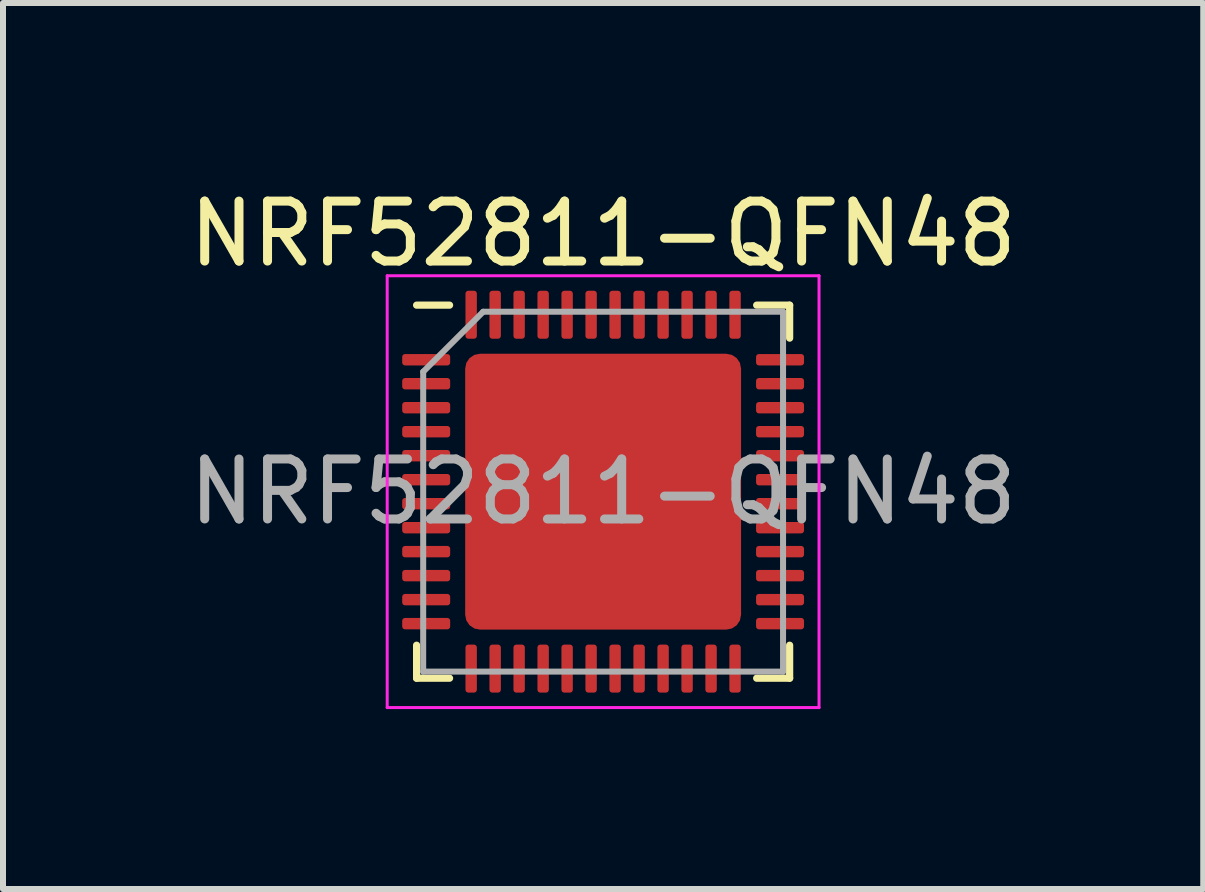
<source format=kicad_pcb>
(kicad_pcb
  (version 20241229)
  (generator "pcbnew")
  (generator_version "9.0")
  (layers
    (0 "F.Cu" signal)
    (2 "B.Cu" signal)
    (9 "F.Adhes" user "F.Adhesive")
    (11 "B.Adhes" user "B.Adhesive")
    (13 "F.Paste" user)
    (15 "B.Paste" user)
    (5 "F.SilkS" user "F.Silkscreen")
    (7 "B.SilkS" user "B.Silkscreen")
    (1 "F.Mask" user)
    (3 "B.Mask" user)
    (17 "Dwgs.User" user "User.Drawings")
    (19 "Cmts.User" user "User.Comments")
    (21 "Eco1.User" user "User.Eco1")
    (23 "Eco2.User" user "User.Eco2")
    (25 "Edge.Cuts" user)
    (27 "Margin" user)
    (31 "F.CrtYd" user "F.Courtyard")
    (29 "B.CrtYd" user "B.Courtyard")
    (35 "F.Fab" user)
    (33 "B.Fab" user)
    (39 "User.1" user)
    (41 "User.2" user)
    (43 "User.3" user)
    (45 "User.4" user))
  (footprint "NRF52811-QFN48"
    (layer "F.Cu")
    (at 7.006 5.148)
    (property "Reference" "NRF52811-QFN48" (at 0 -4.3 0) (layer "F.SilkS") (effects (font (size 1 1) (thickness 0.15))))
    (attr smd)
    (fp_line (start -3.11 3.11) (end -3.11 2.56) (stroke (width 0.12) (type solid)) (layer "F.SilkS"))
    (fp_line (start -2.56 -3.11) (end -3.11 -3.11) (stroke (width 0.12) (type solid)) (layer "F.SilkS"))
    (fp_line (start -2.56 3.11) (end -3.11 3.11) (stroke (width 0.12) (type solid)) (layer "F.SilkS"))
    (fp_line (start 2.56 -3.11) (end 3.11 -3.11) (stroke (width 0.12) (type solid)) (layer "F.SilkS"))
    (fp_line (start 2.56 3.11) (end 3.11 3.11) (stroke (width 0.12) (type solid)) (layer "F.SilkS"))
    (fp_line (start 3.11 -3.11) (end 3.11 -2.56) (stroke (width 0.12) (type solid)) (layer "F.SilkS"))
    (fp_line (start 3.11 3.11) (end 3.11 2.56) (stroke (width 0.12) (type solid)) (layer "F.SilkS"))
    (fp_line (start -3.6 -3.6) (end -3.6 3.6) (stroke (width 0.05) (type solid)) (layer "F.CrtYd"))
    (fp_line (start -3.6 3.6) (end 3.6 3.6) (stroke (width 0.05) (type solid)) (layer "F.CrtYd"))
    (fp_line (start 3.6 -3.6) (end -3.6 -3.6) (stroke (width 0.05) (type solid)) (layer "F.CrtYd"))
    (fp_line (start 3.6 3.6) (end 3.6 -3.6) (stroke (width 0.05) (type solid)) (layer "F.CrtYd"))
    (fp_line (start -3 -2) (end -2 -3) (stroke (width 0.1) (type solid)) (layer "F.Fab"))
    (fp_line (start -3 3) (end -3 -2) (stroke (width 0.1) (type solid)) (layer "F.Fab"))
    (fp_line (start -2 -3) (end 3 -3) (stroke (width 0.1) (type solid)) (layer "F.Fab"))
    (fp_line (start 3 -3) (end 3 3) (stroke (width 0.1) (type solid)) (layer "F.Fab"))
    (fp_line (start 3 3) (end -3 3) (stroke (width 0.1) (type solid)) (layer "F.Fab"))
    (fp_text user "${REFERENCE}" (at 0 0 0) (layer "F.Fab") (effects (font (size 1 1) (thickness 0.15))))
    (pad "" smd roundrect (at -1.53 -1.53) (size 1.24 1.24) (layers "F.Paste") (roundrect_rratio 0.202))
    (pad "" smd roundrect (at -1.53 0) (size 1.24 1.24) (layers "F.Paste") (roundrect_rratio 0.202))
    (pad "" smd roundrect (at -1.53 1.53) (size 1.24 1.24) (layers "F.Paste") (roundrect_rratio 0.202))
    (pad "" smd roundrect (at 0 -1.53) (size 1.24 1.24) (layers "F.Paste") (roundrect_rratio 0.202))
    (pad "" smd roundrect (at 0 0) (size 1.24 1.24) (layers "F.Paste") (roundrect_rratio 0.202))
    (pad "" smd roundrect (at 0 1.53) (size 1.24 1.24) (layers "F.Paste") (roundrect_rratio 0.202))
    (pad "" smd roundrect (at 1.53 -1.53) (size 1.24 1.24) (layers "F.Paste") (roundrect_rratio 0.202))
    (pad "" smd roundrect (at 1.53 0) (size 1.24 1.24) (layers "F.Paste") (roundrect_rratio 0.202))
    (pad "" smd roundrect (at 1.53 1.53) (size 1.24 1.24) (layers "F.Paste") (roundrect_rratio 0.202))
    (pad "1" smd roundrect (at -2.95 -2.2) (size 0.8 0.19) (layers "F.Cu" "F.Mask" "F.Paste") (roundrect_rratio 0.25))
    (pad "2" smd roundrect (at -2.95 -1.8) (size 0.8 0.19) (layers "F.Cu" "F.Mask" "F.Paste") (roundrect_rratio 0.25))
    (pad "3" smd roundrect (at -2.95 -1.4) (size 0.8 0.19) (layers "F.Cu" "F.Mask" "F.Paste") (roundrect_rratio 0.25))
    (pad "4" smd roundrect (at -2.95 -1) (size 0.8 0.19) (layers "F.Cu" "F.Mask" "F.Paste") (roundrect_rratio 0.25))
    (pad "5" smd roundrect (at -2.95 -0.6) (size 0.8 0.19) (layers "F.Cu" "F.Mask" "F.Paste") (roundrect_rratio 0.25))
    (pad "6" smd roundrect (at -2.95 -0.2) (size 0.8 0.19) (layers "F.Cu" "F.Mask" "F.Paste") (roundrect_rratio 0.25))
    (pad "7" smd roundrect (at -2.95 0.2) (size 0.8 0.19) (layers "F.Cu" "F.Mask" "F.Paste") (roundrect_rratio 0.25))
    (pad "8" smd roundrect (at -2.95 0.6) (size 0.8 0.19) (layers "F.Cu" "F.Mask" "F.Paste") (roundrect_rratio 0.25))
    (pad "9" smd roundrect (at -2.95 1) (size 0.8 0.19) (layers "F.Cu" "F.Mask" "F.Paste") (roundrect_rratio 0.25))
    (pad "10" smd roundrect (at -2.95 1.4) (size 0.8 0.19) (layers "F.Cu" "F.Mask" "F.Paste") (roundrect_rratio 0.25))
    (pad "11" smd roundrect (at -2.95 1.8) (size 0.8 0.19) (layers "F.Cu" "F.Mask" "F.Paste") (roundrect_rratio 0.25))
    (pad "12" smd roundrect (at -2.95 2.2) (size 0.8 0.19) (layers "F.Cu" "F.Mask" "F.Paste") (roundrect_rratio 0.25))
    (pad "13" smd roundrect (at -2.2 2.95) (size 0.19 0.8) (layers "F.Cu" "F.Mask" "F.Paste") (roundrect_rratio 0.25))
    (pad "14" smd roundrect (at -1.8 2.95) (size 0.19 0.8) (layers "F.Cu" "F.Mask" "F.Paste") (roundrect_rratio 0.25))
    (pad "15" smd roundrect (at -1.4 2.95) (size 0.19 0.8) (layers "F.Cu" "F.Mask" "F.Paste") (roundrect_rratio 0.25))
    (pad "16" smd roundrect (at -1 2.95) (size 0.19 0.8) (layers "F.Cu" "F.Mask" "F.Paste") (roundrect_rratio 0.25))
    (pad "17" smd roundrect (at -0.6 2.95) (size 0.19 0.8) (layers "F.Cu" "F.Mask" "F.Paste") (roundrect_rratio 0.25))
    (pad "18" smd roundrect (at -0.2 2.95) (size 0.19 0.8) (layers "F.Cu" "F.Mask" "F.Paste") (roundrect_rratio 0.25))
    (pad "19" smd roundrect (at 0.2 2.95) (size 0.19 0.8) (layers "F.Cu" "F.Mask" "F.Paste") (roundrect_rratio 0.25))
    (pad "20" smd roundrect (at 0.6 2.95) (size 0.19 0.8) (layers "F.Cu" "F.Mask" "F.Paste") (roundrect_rratio 0.25))
    (pad "21" smd roundrect (at 1 2.95) (size 0.19 0.8) (layers "F.Cu" "F.Mask" "F.Paste") (roundrect_rratio 0.25))
    (pad "22" smd roundrect (at 1.4 2.95) (size 0.19 0.8) (layers "F.Cu" "F.Mask" "F.Paste") (roundrect_rratio 0.25))
    (pad "23" smd roundrect (at 1.8 2.95) (size 0.19 0.8) (layers "F.Cu" "F.Mask" "F.Paste") (roundrect_rratio 0.25))
    (pad "24" smd roundrect (at 2.2 2.95) (size 0.19 0.8) (layers "F.Cu" "F.Mask" "F.Paste") (roundrect_rratio 0.25))
    (pad "25" smd roundrect (at 2.95 2.2) (size 0.8 0.19) (layers "F.Cu" "F.Mask" "F.Paste") (roundrect_rratio 0.25))
    (pad "26" smd roundrect (at 2.95 1.8) (size 0.8 0.19) (layers "F.Cu" "F.Mask" "F.Paste") (roundrect_rratio 0.25))
    (pad "27" smd roundrect (at 2.95 1.4) (size 0.8 0.19) (layers "F.Cu" "F.Mask" "F.Paste") (roundrect_rratio 0.25))
    (pad "28" smd roundrect (at 2.95 1) (size 0.8 0.19) (layers "F.Cu" "F.Mask" "F.Paste") (roundrect_rratio 0.25))
    (pad "29" smd roundrect (at 2.95 0.6) (size 0.8 0.19) (layers "F.Cu" "F.Mask" "F.Paste") (roundrect_rratio 0.25))
    (pad "30" smd roundrect (at 2.95 0.2) (size 0.8 0.19) (layers "F.Cu" "F.Mask" "F.Paste") (roundrect_rratio 0.25))
    (pad "31" smd roundrect (at 2.95 -0.2) (size 0.8 0.19) (layers "F.Cu" "F.Mask" "F.Paste") (roundrect_rratio 0.25))
    (pad "32" smd roundrect (at 2.95 -0.6) (size 0.8 0.19) (layers "F.Cu" "F.Mask" "F.Paste") (roundrect_rratio 0.25))
    (pad "33" smd roundrect (at 2.95 -1) (size 0.8 0.19) (layers "F.Cu" "F.Mask" "F.Paste") (roundrect_rratio 0.25))
    (pad "34" smd roundrect (at 2.95 -1.4) (size 0.8 0.19) (layers "F.Cu" "F.Mask" "F.Paste") (roundrect_rratio 0.25))
    (pad "35" smd roundrect (at 2.95 -1.8) (size 0.8 0.19) (layers "F.Cu" "F.Mask" "F.Paste") (roundrect_rratio 0.25))
    (pad "36" smd roundrect (at 2.95 -2.2) (size 0.8 0.19) (layers "F.Cu" "F.Mask" "F.Paste") (roundrect_rratio 0.25))
    (pad "37" smd roundrect (at 2.2 -2.95) (size 0.19 0.8) (layers "F.Cu" "F.Mask" "F.Paste") (roundrect_rratio 0.25))
    (pad "38" smd roundrect (at 1.8 -2.95) (size 0.19 0.8) (layers "F.Cu" "F.Mask" "F.Paste") (roundrect_rratio 0.25))
    (pad "39" smd roundrect (at 1.4 -2.95) (size 0.19 0.8) (layers "F.Cu" "F.Mask" "F.Paste") (roundrect_rratio 0.25))
    (pad "40" smd roundrect (at 1 -2.95) (size 0.19 0.8) (layers "F.Cu" "F.Mask" "F.Paste") (roundrect_rratio 0.25))
    (pad "41" smd roundrect (at 0.6 -2.95) (size 0.19 0.8) (layers "F.Cu" "F.Mask" "F.Paste") (roundrect_rratio 0.25))
    (pad "42" smd roundrect (at 0.2 -2.95) (size 0.19 0.8) (layers "F.Cu" "F.Mask" "F.Paste") (roundrect_rratio 0.25))
    (pad "43" smd roundrect (at -0.2 -2.95) (size 0.19 0.8) (layers "F.Cu" "F.Mask" "F.Paste") (roundrect_rratio 0.25))
    (pad "44" smd roundrect (at -0.6 -2.95) (size 0.19 0.8) (layers "F.Cu" "F.Mask" "F.Paste") (roundrect_rratio 0.25))
    (pad "45" smd roundrect (at -1 -2.95) (size 0.19 0.8) (layers "F.Cu" "F.Mask" "F.Paste") (roundrect_rratio 0.25))
    (pad "46" smd roundrect (at -1.4 -2.95) (size 0.19 0.8) (layers "F.Cu" "F.Mask" "F.Paste") (roundrect_rratio 0.25))
    (pad "47" smd roundrect (at -1.8 -2.95) (size 0.19 0.8) (layers "F.Cu" "F.Mask" "F.Paste") (roundrect_rratio 0.25))
    (pad "48" smd roundrect (at -2.2 -2.95) (size 0.19 0.8) (layers "F.Cu" "F.Mask" "F.Paste") (roundrect_rratio 0.25))
    (pad "49" smd roundrect (at 0 0) (size 4.6 4.6) (layers "F.Cu" "F.Mask") (roundrect_rratio 0.054)))
  (gr_rect
    (start -3 -3)
    (end 17.012 11.773)
    (stroke (width 0.1) (type default))
    (fill no)
    (layer "Edge.Cuts")))
</source>
